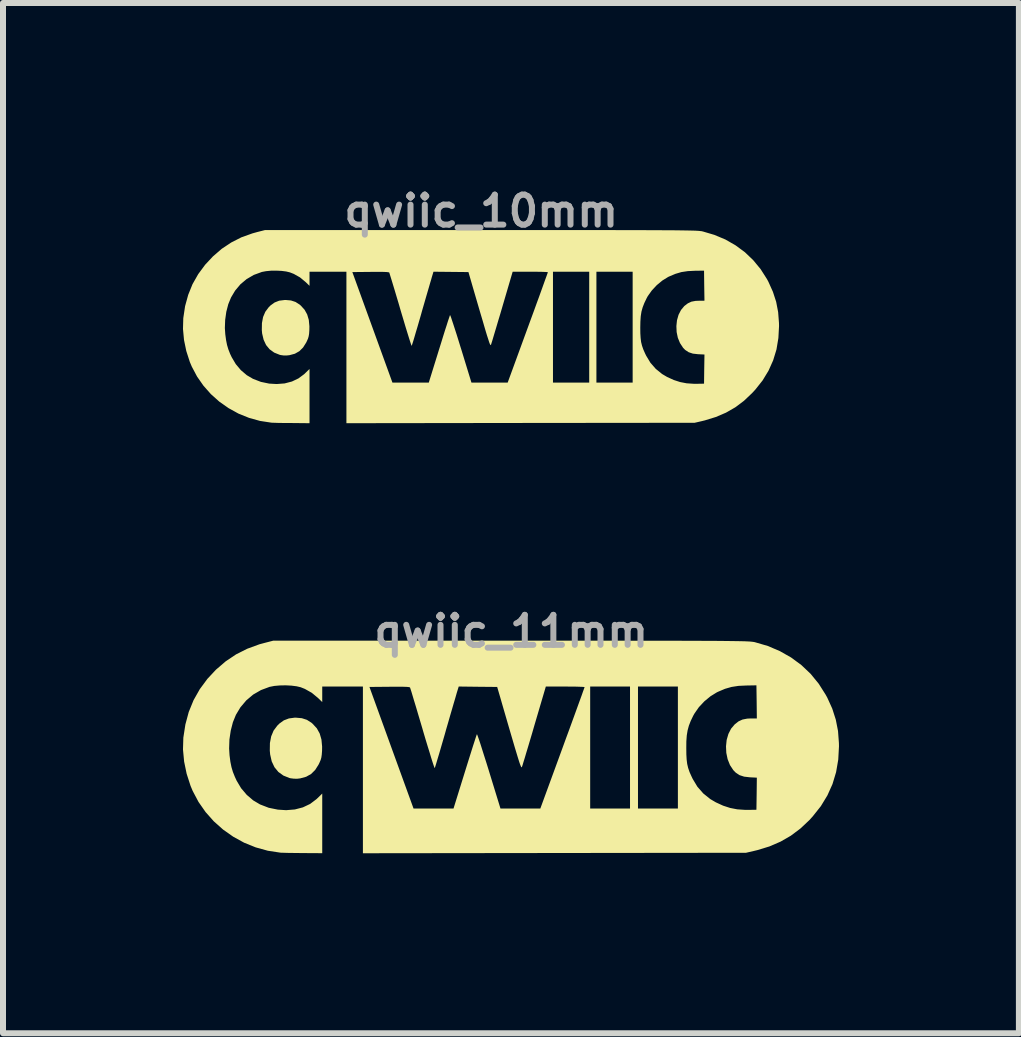
<source format=kicad_pcb>
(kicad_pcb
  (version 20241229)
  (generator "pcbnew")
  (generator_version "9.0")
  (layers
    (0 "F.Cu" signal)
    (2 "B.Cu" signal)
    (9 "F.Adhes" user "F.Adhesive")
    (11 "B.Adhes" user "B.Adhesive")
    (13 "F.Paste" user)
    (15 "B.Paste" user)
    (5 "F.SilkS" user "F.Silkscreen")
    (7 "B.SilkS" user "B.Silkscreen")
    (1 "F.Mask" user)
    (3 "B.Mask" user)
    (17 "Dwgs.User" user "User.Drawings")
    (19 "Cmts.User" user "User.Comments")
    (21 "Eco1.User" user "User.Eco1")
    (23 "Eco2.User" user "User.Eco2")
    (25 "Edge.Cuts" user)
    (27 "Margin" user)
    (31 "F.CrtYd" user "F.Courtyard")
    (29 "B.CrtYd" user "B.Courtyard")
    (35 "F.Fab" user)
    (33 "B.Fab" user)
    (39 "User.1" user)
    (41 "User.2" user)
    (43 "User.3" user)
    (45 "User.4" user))
  (footprint "qwiic_10mm"
    (layer "F.Cu")
    (at 4.971 2.373)
    (property "Reference" "qwiic_10mm" (at 0 -1.905 0) (layer "F.Fab") (effects (font (size 0.5 0.5) (thickness 0.1))))
    (attr board_only exclude_from_pos_files exclude_from_bom)
    (fp_poly (pts (xy -3.171 -0.415) (xy -3.095 -0.39) (xy -3.025 -0.345) (xy -3.007 -0.329) (xy -2.945 -0.261) (xy -2.901 -0.182) (xy -2.874 -0.091) (xy -2.864 0.016) (xy -2.865 0.081) (xy -2.869 0.139) (xy -2.876 0.182) (xy -2.887 0.22) (xy -2.905 0.261) (xy -2.918 0.288) (xy -2.97 0.37) (xy -3.032 0.431) (xy -3.106 0.473) (xy -3.196 0.497) (xy -3.242 0.502) (xy -3.292 0.502) (xy -3.343 0.495) (xy -3.359 0.491) (xy -3.451 0.454) (xy -3.527 0.399) (xy -3.586 0.328) (xy -3.627 0.24) (xy -3.652 0.135) (xy -3.657 0.078) (xy -3.655 -0.038) (xy -3.636 -0.139) (xy -3.599 -0.226) (xy -3.543 -0.301) (xy -3.512 -0.332) (xy -3.444 -0.381) (xy -3.368 -0.411) (xy -3.28 -0.422) (xy -3.261 -0.423)) (stroke (width 0) (type solid)) (fill yes) (layer "F.SilkS"))
    (fp_poly (pts (xy 0.344 -1.588) (xy 0.67 -1.588) (xy 0.974 -1.588) (xy 1.256 -1.588) (xy 1.517 -1.588) (xy 1.758 -1.588) (xy 1.98 -1.588) (xy 2.184 -1.588) (xy 2.37 -1.587) (xy 2.54 -1.587) (xy 2.693 -1.587) (xy 2.832 -1.586) (xy 2.956 -1.586) (xy 3.067 -1.585) (xy 3.166 -1.585) (xy 3.253 -1.584) (xy 3.329 -1.583) (xy 3.394 -1.582) (xy 3.451 -1.581) (xy 3.499 -1.58) (xy 3.54 -1.579) (xy 3.574 -1.578) (xy 3.601 -1.576) (xy 3.624 -1.575) (xy 3.643 -1.573) (xy 3.658 -1.571) (xy 3.671 -1.57) (xy 3.682 -1.567) (xy 3.69 -1.566) (xy 3.886 -1.508) (xy 4.07 -1.431) (xy 4.239 -1.334) (xy 4.395 -1.219) (xy 4.534 -1.086) (xy 4.657 -0.937) (xy 4.763 -0.771) (xy 4.787 -0.726) (xy 4.862 -0.559) (xy 4.916 -0.393) (xy 4.949 -0.221) (xy 4.963 -0.039) (xy 4.964 0.012) (xy 4.953 0.212) (xy 4.921 0.403) (xy 4.866 0.583) (xy 4.789 0.755) (xy 4.69 0.918) (xy 4.567 1.073) (xy 4.515 1.129) (xy 4.379 1.258) (xy 4.235 1.366) (xy 4.08 1.455) (xy 3.912 1.527) (xy 3.727 1.584) (xy 3.674 1.597) (xy 3.557 1.624) (xy 0.655 1.627) (xy -2.247 1.631) (xy -2.247 0.369) (xy -2.247 -0.888) (xy -2.148 -0.888) (xy -1.814 0.033) (xy -1.48 0.954) (xy -1.177 0.954) (xy -0.874 0.954) (xy -0.701 0.396) (xy -0.666 0.284) (xy -0.634 0.18) (xy -0.604 0.084) (xy -0.577 0.001) (xy -0.555 -0.069) (xy -0.537 -0.122) (xy -0.525 -0.158) (xy -0.52 -0.172) (xy -0.52 -0.172) (xy -0.515 -0.163) (xy -0.503 -0.133) (xy -0.487 -0.084) (xy -0.465 -0.018) (xy -0.439 0.062) (xy -0.409 0.155) (xy -0.377 0.258) (xy -0.343 0.368) (xy -0.337 0.386) (xy -0.163 0.954) (xy 0.139 0.954) (xy 0.441 0.954) (xy 0.776 0.038) (xy 0.828 -0.104) (xy 0.878 -0.24) (xy 0.924 -0.367) (xy 0.967 -0.484) (xy 1.005 -0.59) (xy 1.038 -0.682) (xy 1.066 -0.76) (xy 1.088 -0.82) (xy 1.103 -0.862) (xy 1.11 -0.883) (xy 1.111 -0.886) (xy 1.1 -0.888) (xy 1.067 -0.89) (xy 1.017 -0.892) (xy 0.953 -0.893) (xy 0.878 -0.894) (xy 0.818 -0.894) (xy 1.196 -0.894) (xy 1.196 0.03) (xy 1.196 0.954) (xy 1.498 0.954) (xy 1.8 0.954) (xy 1.8 0.03) (xy 1.8 -0.894) (xy 1.92 -0.894) (xy 1.92 0.03) (xy 1.92 0.954) (xy 2.222 0.954) (xy 2.524 0.954) (xy 2.524 0.036) (xy 2.651 0.036) (xy 2.652 0.133) (xy 2.657 0.212) (xy 2.665 0.278) (xy 2.68 0.339) (xy 2.701 0.4) (xy 2.731 0.468) (xy 2.749 0.505) (xy 2.82 0.623) (xy 2.909 0.725) (xy 3.015 0.811) (xy 3.098 0.86) (xy 3.21 0.911) (xy 3.315 0.945) (xy 3.424 0.966) (xy 3.543 0.974) (xy 3.599 0.974) (xy 3.714 0.972) (xy 3.717 0.729) (xy 3.721 0.486) (xy 3.614 0.481) (xy 3.527 0.471) (xy 3.458 0.448) (xy 3.4 0.41) (xy 3.364 0.373) (xy 3.313 0.295) (xy 3.277 0.207) (xy 3.257 0.111) (xy 3.253 0.012) (xy 3.263 -0.085) (xy 3.289 -0.176) (xy 3.33 -0.256) (xy 3.385 -0.322) (xy 3.444 -0.367) (xy 3.504 -0.395) (xy 3.574 -0.408) (xy 3.627 -0.41) (xy 3.721 -0.411) (xy 3.717 -0.661) (xy 3.714 -0.912) (xy 3.563 -0.91) (xy 3.443 -0.904) (xy 3.337 -0.888) (xy 3.238 -0.859) (xy 3.138 -0.817) (xy 3.116 -0.807) (xy 3.019 -0.747) (xy 2.926 -0.67) (xy 2.843 -0.581) (xy 2.776 -0.487) (xy 2.757 -0.452) (xy 2.719 -0.373) (xy 2.691 -0.301) (xy 2.671 -0.23) (xy 2.659 -0.153) (xy 2.653 -0.064) (xy 2.651 0.036) (xy 2.524 0.036) (xy 2.524 0.03) (xy 2.524 -0.894) (xy 2.222 -0.894) (xy 1.92 -0.894) (xy 1.8 -0.894) (xy 1.498 -0.894) (xy 1.196 -0.894) (xy 0.818 -0.894) (xy 0.524 -0.894) (xy 0.351 -0.305) (xy 0.317 -0.189) (xy 0.284 -0.08) (xy 0.254 0.022) (xy 0.227 0.112) (xy 0.204 0.189) (xy 0.186 0.25) (xy 0.172 0.294) (xy 0.165 0.317) (xy 0.164 0.319) (xy 0.161 0.325) (xy 0.158 0.329) (xy 0.155 0.328) (xy 0.15 0.322) (xy 0.144 0.31) (xy 0.136 0.29) (xy 0.126 0.26) (xy 0.113 0.219) (xy 0.096 0.167) (xy 0.076 0.101) (xy 0.052 0.02) (xy 0.024 -0.077) (xy -0.01 -0.191) (xy -0.049 -0.324) (xy -0.094 -0.478) (xy -0.145 -0.653) (xy -0.155 -0.688) (xy -0.213 -0.888) (xy -0.504 -0.891) (xy -0.796 -0.894) (xy -0.826 -0.794) (xy -0.835 -0.761) (xy -0.851 -0.708) (xy -0.871 -0.638) (xy -0.896 -0.553) (xy -0.924 -0.457) (xy -0.954 -0.353) (xy -0.986 -0.243) (xy -1.003 -0.181) (xy -1.034 -0.074) (xy -1.063 0.026) (xy -1.09 0.116) (xy -1.113 0.195) (xy -1.132 0.259) (xy -1.147 0.306) (xy -1.156 0.334) (xy -1.159 0.341) (xy -1.164 0.332) (xy -1.175 0.301) (xy -1.191 0.252) (xy -1.212 0.185) (xy -1.237 0.104) (xy -1.266 0.01) (xy -1.297 -0.095) (xy -1.331 -0.208) (xy -1.346 -0.259) (xy -1.38 -0.376) (xy -1.413 -0.486) (xy -1.443 -0.587) (xy -1.47 -0.676) (xy -1.493 -0.752) (xy -1.512 -0.813) (xy -1.525 -0.856) (xy -1.532 -0.878) (xy -1.533 -0.881) (xy -1.546 -0.885) (xy -1.579 -0.889) (xy -1.633 -0.891) (xy -1.709 -0.892) (xy -1.808 -0.891) (xy -1.845 -0.891) (xy -2.148 -0.888) (xy -2.247 -0.888) (xy -2.247 -0.894) (xy -2.554 -0.894) (xy -2.862 -0.894) (xy -2.862 -0.776) (xy -2.862 -0.659) (xy -2.926 -0.721) (xy -3.02 -0.799) (xy -3.125 -0.858) (xy -3.189 -0.883) (xy -3.251 -0.898) (xy -3.329 -0.908) (xy -3.416 -0.912) (xy -3.505 -0.911) (xy -3.588 -0.903) (xy -3.657 -0.89) (xy -3.659 -0.889) (xy -3.79 -0.841) (xy -3.909 -0.772) (xy -4.013 -0.685) (xy -4.102 -0.579) (xy -4.17 -0.465) (xy -4.216 -0.353) (xy -4.249 -0.226) (xy -4.268 -0.091) (xy -4.273 0.045) (xy -4.266 0.148) (xy -4.253 0.245) (xy -4.237 0.326) (xy -4.215 0.4) (xy -4.186 0.474) (xy -4.159 0.531) (xy -4.091 0.646) (xy -4.006 0.747) (xy -3.907 0.831) (xy -3.805 0.891) (xy -3.673 0.942) (xy -3.534 0.971) (xy -3.409 0.978) (xy -3.277 0.968) (xy -3.155 0.936) (xy -3.046 0.884) (xy -2.949 0.812) (xy -2.934 0.797) (xy -2.862 0.727) (xy -2.862 1.179) (xy -2.862 1.631) (xy -3.155 1.628) (xy -3.24 1.628) (xy -3.319 1.627) (xy -3.389 1.626) (xy -3.445 1.624) (xy -3.483 1.623) (xy -3.497 1.622) (xy -3.687 1.593) (xy -3.87 1.542) (xy -4.046 1.471) (xy -4.211 1.38) (xy -4.365 1.272) (xy -4.505 1.147) (xy -4.629 1.007) (xy -4.736 0.854) (xy -4.824 0.688) (xy -4.857 0.61) (xy -4.916 0.427) (xy -4.954 0.243) (xy -4.971 0.059) (xy -4.966 -0.12) (xy -4.936 -0.32) (xy -4.884 -0.509) (xy -4.812 -0.687) (xy -4.717 -0.854) (xy -4.601 -1.011) (xy -4.472 -1.149) (xy -4.325 -1.276) (xy -4.167 -1.381) (xy -3.998 -1.467) (xy -3.814 -1.533) (xy -3.735 -1.555) (xy -3.605 -1.588) (xy -0.006 -1.588)) (stroke (width 0) (type solid)) (fill yes) (layer "F.SilkS")))
  (footprint "qwiic_11mm"
    (layer "F.Cu")
    (at 5.471 9.377)
    (property "Reference" "qwiic_11mm" (at 0 -1.905 0) (layer "F.Fab") (effects (font (size 0.5 0.5) (thickness 0.1))))
    (attr board_only exclude_from_pos_files exclude_from_bom)
    (fp_poly (pts (xy -3.49 -0.456) (xy -3.406 -0.429) (xy -3.329 -0.38) (xy -3.309 -0.362) (xy -3.24 -0.287) (xy -3.192 -0.2) (xy -3.163 -0.1) (xy -3.152 0.017) (xy -3.153 0.089) (xy -3.158 0.153) (xy -3.165 0.2) (xy -3.177 0.242) (xy -3.197 0.288) (xy -3.211 0.317) (xy -3.268 0.407) (xy -3.336 0.474) (xy -3.418 0.52) (xy -3.517 0.547) (xy -3.568 0.553) (xy -3.623 0.552) (xy -3.679 0.545) (xy -3.696 0.541) (xy -3.798 0.5) (xy -3.881 0.44) (xy -3.946 0.361) (xy -3.992 0.264) (xy -4.018 0.149) (xy -4.024 0.086) (xy -4.022 -0.042) (xy -4.001 -0.153) (xy -3.961 -0.249) (xy -3.899 -0.332) (xy -3.865 -0.366) (xy -3.79 -0.42) (xy -3.706 -0.452) (xy -3.61 -0.465) (xy -3.589 -0.465)) (stroke (width 0) (type solid)) (fill yes) (layer "F.SilkS"))
    (fp_poly (pts (xy 0.378 -1.748) (xy 0.737 -1.748) (xy 1.071 -1.748) (xy 1.382 -1.748) (xy 1.669 -1.748) (xy 1.935 -1.748) (xy 2.179 -1.747) (xy 2.403 -1.747) (xy 2.608 -1.747) (xy 2.795 -1.747) (xy 2.964 -1.746) (xy 3.117 -1.746) (xy 3.253 -1.745) (xy 3.376 -1.745) (xy 3.484 -1.744) (xy 3.579 -1.743) (xy 3.663 -1.742) (xy 3.735 -1.741) (xy 3.798 -1.74) (xy 3.851 -1.739) (xy 3.895 -1.738) (xy 3.933 -1.736) (xy 3.963 -1.735) (xy 3.988 -1.733) (xy 4.009 -1.731) (xy 4.026 -1.729) (xy 4.04 -1.727) (xy 4.051 -1.725) (xy 4.061 -1.723) (xy 4.277 -1.66) (xy 4.478 -1.574) (xy 4.665 -1.468) (xy 4.836 -1.342) (xy 4.99 -1.196) (xy 5.125 -1.031) (xy 5.241 -0.848) (xy 5.268 -0.799) (xy 5.351 -0.616) (xy 5.41 -0.432) (xy 5.447 -0.243) (xy 5.462 -0.042) (xy 5.463 0.013) (xy 5.451 0.234) (xy 5.415 0.443) (xy 5.355 0.642) (xy 5.27 0.831) (xy 5.161 1.01) (xy 5.026 1.18) (xy 4.969 1.243) (xy 4.819 1.384) (xy 4.66 1.503) (xy 4.49 1.601) (xy 4.305 1.681) (xy 4.102 1.743) (xy 4.043 1.757) (xy 3.914 1.787) (xy 0.721 1.791) (xy -2.472 1.795) (xy -2.472 0.406) (xy -2.472 -0.977) (xy -2.363 -0.977) (xy -1.996 0.036) (xy -1.628 1.05) (xy -1.295 1.05) (xy -0.962 1.05) (xy -0.771 0.435) (xy -0.733 0.313) (xy -0.697 0.198) (xy -0.664 0.093) (xy -0.635 0.001) (xy -0.61 -0.076) (xy -0.591 -0.135) (xy -0.578 -0.173) (xy -0.572 -0.189) (xy -0.572 -0.19) (xy -0.566 -0.179) (xy -0.554 -0.146) (xy -0.535 -0.092) (xy -0.511 -0.02) (xy -0.483 0.069) (xy -0.451 0.17) (xy -0.415 0.283) (xy -0.377 0.405) (xy -0.371 0.425) (xy -0.179 1.05) (xy 0.153 1.05) (xy 0.485 1.05) (xy 0.854 0.042) (xy 0.911 -0.115) (xy 0.966 -0.264) (xy 1.017 -0.404) (xy 1.064 -0.533) (xy 1.106 -0.649) (xy 1.143 -0.751) (xy 1.174 -0.836) (xy 1.197 -0.902) (xy 1.214 -0.948) (xy 1.222 -0.972) (xy 1.223 -0.975) (xy 1.21 -0.977) (xy 1.174 -0.979) (xy 1.119 -0.981) (xy 1.049 -0.983) (xy 0.966 -0.983) (xy 0.9 -0.984) (xy 1.316 -0.984) (xy 1.316 0.033) (xy 1.316 1.05) (xy 1.648 1.05) (xy 1.98 1.05) (xy 1.98 0.033) (xy 1.98 -0.984) (xy 2.113 -0.984) (xy 2.113 0.033) (xy 2.113 1.05) (xy 2.446 1.05) (xy 2.778 1.05) (xy 2.778 0.04) (xy 2.918 0.04) (xy 2.919 0.146) (xy 2.924 0.233) (xy 2.933 0.306) (xy 2.949 0.373) (xy 2.972 0.441) (xy 3.005 0.514) (xy 3.025 0.556) (xy 3.103 0.686) (xy 3.201 0.798) (xy 3.318 0.892) (xy 3.41 0.946) (xy 3.532 1.002) (xy 3.649 1.04) (xy 3.768 1.063) (xy 3.899 1.072) (xy 3.961 1.072) (xy 4.087 1.07) (xy 4.091 0.802) (xy 4.094 0.535) (xy 3.977 0.529) (xy 3.882 0.518) (xy 3.805 0.493) (xy 3.742 0.451) (xy 3.702 0.41) (xy 3.646 0.325) (xy 3.607 0.227) (xy 3.585 0.122) (xy 3.58 0.013) (xy 3.591 -0.094) (xy 3.62 -0.194) (xy 3.665 -0.282) (xy 3.726 -0.354) (xy 3.79 -0.404) (xy 3.856 -0.434) (xy 3.933 -0.449) (xy 3.991 -0.452) (xy 4.094 -0.452) (xy 4.091 -0.728) (xy 4.087 -1.004) (xy 3.921 -1.001) (xy 3.789 -0.995) (xy 3.672 -0.977) (xy 3.564 -0.946) (xy 3.453 -0.899) (xy 3.429 -0.888) (xy 3.322 -0.822) (xy 3.22 -0.738) (xy 3.128 -0.64) (xy 3.055 -0.535) (xy 3.034 -0.498) (xy 2.992 -0.411) (xy 2.961 -0.331) (xy 2.94 -0.253) (xy 2.926 -0.168) (xy 2.919 -0.071) (xy 2.918 0.04) (xy 2.778 0.04) (xy 2.778 0.033) (xy 2.778 -0.984) (xy 2.446 -0.984) (xy 2.113 -0.984) (xy 1.98 -0.984) (xy 1.648 -0.984) (xy 1.316 -0.984) (xy 0.9 -0.984) (xy 0.577 -0.984) (xy 0.386 -0.336) (xy 0.349 -0.208) (xy 0.313 -0.087) (xy 0.28 0.024) (xy 0.25 0.123) (xy 0.225 0.208) (xy 0.204 0.275) (xy 0.19 0.323) (xy 0.181 0.349) (xy 0.18 0.351) (xy 0.177 0.358) (xy 0.174 0.362) (xy 0.17 0.361) (xy 0.165 0.355) (xy 0.159 0.341) (xy 0.15 0.319) (xy 0.138 0.286) (xy 0.124 0.242) (xy 0.106 0.184) (xy 0.084 0.111) (xy 0.057 0.022) (xy 0.026 -0.084) (xy -0.011 -0.21) (xy -0.054 -0.357) (xy -0.103 -0.526) (xy -0.159 -0.719) (xy -0.17 -0.758) (xy -0.234 -0.977) (xy -0.555 -0.98) (xy -0.875 -0.984) (xy -0.909 -0.874) (xy -0.919 -0.838) (xy -0.936 -0.779) (xy -0.959 -0.702) (xy -0.986 -0.609) (xy -1.017 -0.503) (xy -1.05 -0.388) (xy -1.085 -0.268) (xy -1.104 -0.199) (xy -1.138 -0.082) (xy -1.17 0.028) (xy -1.199 0.128) (xy -1.225 0.214) (xy -1.246 0.285) (xy -1.262 0.337) (xy -1.272 0.368) (xy -1.275 0.375) (xy -1.281 0.365) (xy -1.293 0.331) (xy -1.311 0.277) (xy -1.334 0.204) (xy -1.361 0.114) (xy -1.393 0.011) (xy -1.428 -0.104) (xy -1.465 -0.229) (xy -1.481 -0.285) (xy -1.519 -0.413) (xy -1.555 -0.534) (xy -1.588 -0.646) (xy -1.618 -0.744) (xy -1.643 -0.828) (xy -1.663 -0.895) (xy -1.678 -0.942) (xy -1.686 -0.966) (xy -1.688 -0.969) (xy -1.702 -0.974) (xy -1.738 -0.978) (xy -1.797 -0.98) (xy -1.881 -0.981) (xy -1.989 -0.981) (xy -2.03 -0.98) (xy -2.363 -0.977) (xy -2.472 -0.977) (xy -2.472 -0.984) (xy -2.811 -0.984) (xy -3.15 -0.984) (xy -3.15 -0.854) (xy -3.15 -0.725) (xy -3.22 -0.793) (xy -3.324 -0.879) (xy -3.439 -0.944) (xy -3.509 -0.972) (xy -3.577 -0.988) (xy -3.664 -0.999) (xy -3.76 -1.004) (xy -3.857 -1.002) (xy -3.948 -0.994) (xy -4.024 -0.979) (xy -4.026 -0.979) (xy -4.171 -0.925) (xy -4.301 -0.85) (xy -4.416 -0.753) (xy -4.514 -0.637) (xy -4.589 -0.512) (xy -4.639 -0.389) (xy -4.675 -0.249) (xy -4.697 -0.101) (xy -4.702 0.05) (xy -4.695 0.163) (xy -4.681 0.27) (xy -4.663 0.359) (xy -4.639 0.44) (xy -4.606 0.522) (xy -4.577 0.585) (xy -4.502 0.711) (xy -4.408 0.822) (xy -4.3 0.914) (xy -4.187 0.981) (xy -4.042 1.037) (xy -3.889 1.068) (xy -3.752 1.077) (xy -3.606 1.065) (xy -3.472 1.03) (xy -3.352 0.973) (xy -3.246 0.893) (xy -3.229 0.877) (xy -3.15 0.8) (xy -3.15 1.297) (xy -3.15 1.794) (xy -3.472 1.792) (xy -3.566 1.791) (xy -3.653 1.79) (xy -3.729 1.789) (xy -3.791 1.787) (xy -3.833 1.786) (xy -3.848 1.785) (xy -4.057 1.753) (xy -4.259 1.697) (xy -4.452 1.619) (xy -4.634 1.519) (xy -4.803 1.4) (xy -4.957 1.263) (xy -5.094 1.109) (xy -5.212 0.94) (xy -5.309 0.757) (xy -5.345 0.671) (xy -5.41 0.47) (xy -5.452 0.267) (xy -5.471 0.065) (xy -5.465 -0.132) (xy -5.431 -0.352) (xy -5.375 -0.56) (xy -5.295 -0.756) (xy -5.191 -0.94) (xy -5.064 -1.112) (xy -4.921 -1.265) (xy -4.759 -1.404) (xy -4.586 -1.52) (xy -4.399 -1.614) (xy -4.197 -1.688) (xy -4.111 -1.711) (xy -3.968 -1.748) (xy -0.007 -1.748)) (stroke (width 0) (type solid)) (fill yes) (layer "F.SilkS")))
  (gr_rect
    (start -3 -3)
    (end 13.933 14.172)
    (stroke (width 0.1) (type default))
    (fill no)
    (layer "Edge.Cuts")))
</source>
